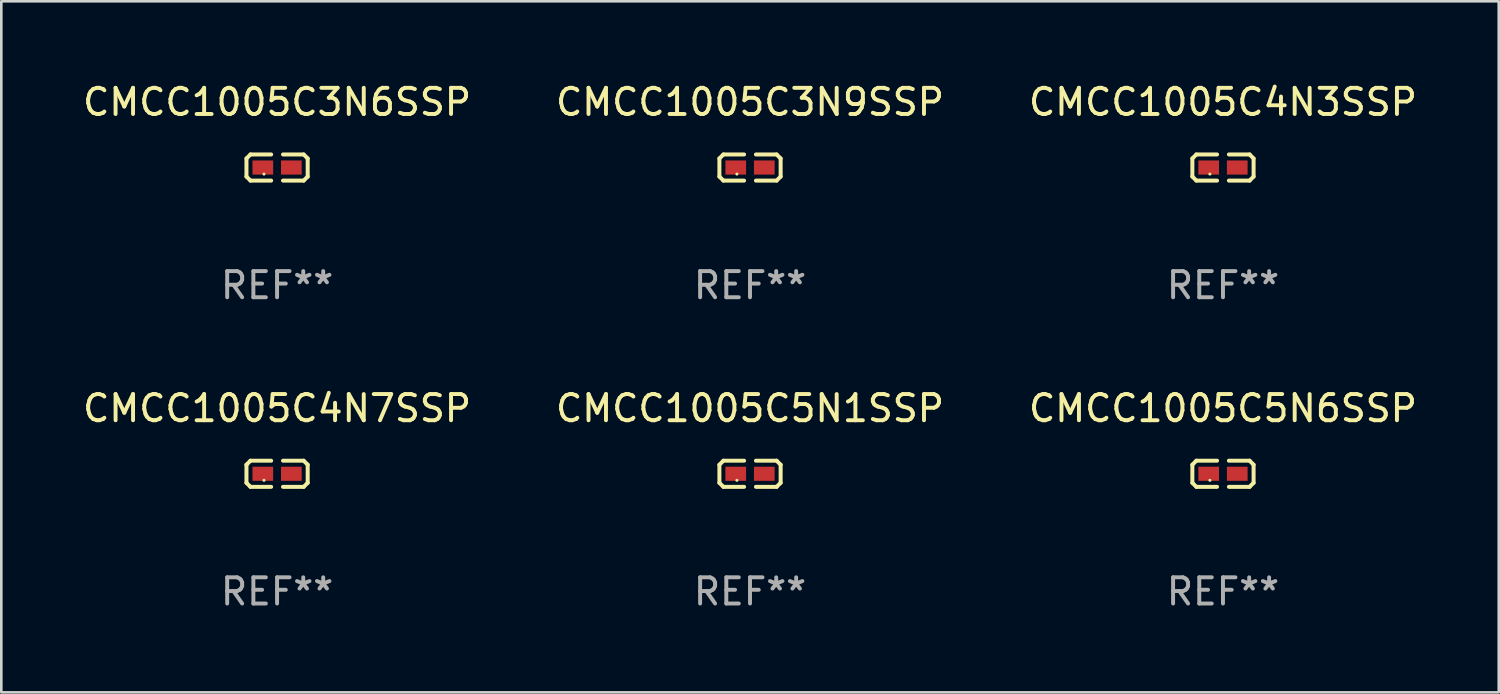
<source format=kicad_pcb>
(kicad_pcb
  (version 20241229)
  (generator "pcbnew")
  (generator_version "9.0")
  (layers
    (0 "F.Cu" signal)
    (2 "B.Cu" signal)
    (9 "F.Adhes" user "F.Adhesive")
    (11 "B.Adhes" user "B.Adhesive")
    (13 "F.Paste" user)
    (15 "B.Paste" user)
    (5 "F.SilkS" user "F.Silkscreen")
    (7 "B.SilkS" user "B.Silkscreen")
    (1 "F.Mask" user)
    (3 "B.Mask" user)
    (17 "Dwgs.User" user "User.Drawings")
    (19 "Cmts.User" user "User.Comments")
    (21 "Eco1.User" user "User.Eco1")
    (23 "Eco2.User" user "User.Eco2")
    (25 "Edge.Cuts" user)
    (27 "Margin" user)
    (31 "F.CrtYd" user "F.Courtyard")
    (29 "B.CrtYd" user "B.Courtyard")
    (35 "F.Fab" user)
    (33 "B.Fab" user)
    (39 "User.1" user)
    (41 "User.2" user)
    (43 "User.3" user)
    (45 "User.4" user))
  (footprint "CMCC1005C4N3SSP"
    (layer "F.Cu")
    (at 43.649 3.347)
    (property "Reference" "CMCC1005C4N3SSP" (at 0 -2.499 0) (layer "F.SilkS") (effects (font (size 1 1) (thickness 0.15))))
    (attr through_hole)
    (fp_line (start -1.169 -0.346) (end -1.016 -0.499) (stroke (width 0.152) (type solid)) (layer "F.SilkS"))
    (fp_line (start -1.169 0.346) (end -1.169 -0.346) (stroke (width 0.152) (type solid)) (layer "F.SilkS"))
    (fp_line (start -1.016 -0.499) (end -0.226 -0.499) (stroke (width 0.152) (type solid)) (layer "F.SilkS"))
    (fp_line (start -1.016 0.499) (end -1.169 0.346) (stroke (width 0.152) (type solid)) (layer "F.SilkS"))
    (fp_line (start -0.226 0.499) (end -1.016 0.499) (stroke (width 0.152) (type solid)) (layer "F.SilkS"))
    (fp_line (start 0.226 0.499) (end 1.016 0.499) (stroke (width 0.152) (type solid)) (layer "F.SilkS"))
    (fp_line (start 1.016 -0.499) (end 0.226 -0.499) (stroke (width 0.152) (type solid)) (layer "F.SilkS"))
    (fp_line (start 1.016 0.499) (end 1.169 0.346) (stroke (width 0.152) (type solid)) (layer "F.SilkS"))
    (fp_line (start 1.169 -0.346) (end 1.016 -0.499) (stroke (width 0.152) (type solid)) (layer "F.SilkS"))
    (fp_line (start 1.169 0.346) (end 1.169 -0.346) (stroke (width 0.152) (type solid)) (layer "F.SilkS"))
    (fp_circle (center -0.5 0.25) (end -0.47 0.25) (stroke (width 0.06) (type solid)) (fill no) (layer "F.SilkS"))
    (fp_text user "REF**" (at 0 4.499 0) (layer "F.Fab") (effects (font (size 1 1) (thickness 0.15))))
    (pad "1" smd rect (at -0.545 0) (size 0.79 0.54) (layers "F.Cu" "F.Mask" "F.Paste"))
    (pad "2" smd rect (at 0.545 0) (size 0.79 0.54) (layers "F.Cu" "F.Mask" "F.Paste")))
  (footprint "CMCC1005C3N9SSP"
    (layer "F.Cu")
    (at 25.589 3.347)
    (property "Reference" "CMCC1005C3N9SSP" (at 0 -2.499 0) (layer "F.SilkS") (effects (font (size 1 1) (thickness 0.15))))
    (attr through_hole)
    (fp_line (start -1.169 -0.346) (end -1.016 -0.499) (stroke (width 0.152) (type solid)) (layer "F.SilkS"))
    (fp_line (start -1.169 0.346) (end -1.169 -0.346) (stroke (width 0.152) (type solid)) (layer "F.SilkS"))
    (fp_line (start -1.016 -0.499) (end -0.226 -0.499) (stroke (width 0.152) (type solid)) (layer "F.SilkS"))
    (fp_line (start -1.016 0.499) (end -1.169 0.346) (stroke (width 0.152) (type solid)) (layer "F.SilkS"))
    (fp_line (start -0.226 0.499) (end -1.016 0.499) (stroke (width 0.152) (type solid)) (layer "F.SilkS"))
    (fp_line (start 0.226 0.499) (end 1.016 0.499) (stroke (width 0.152) (type solid)) (layer "F.SilkS"))
    (fp_line (start 1.016 -0.499) (end 0.226 -0.499) (stroke (width 0.152) (type solid)) (layer "F.SilkS"))
    (fp_line (start 1.016 0.499) (end 1.169 0.346) (stroke (width 0.152) (type solid)) (layer "F.SilkS"))
    (fp_line (start 1.169 -0.346) (end 1.016 -0.499) (stroke (width 0.152) (type solid)) (layer "F.SilkS"))
    (fp_line (start 1.169 0.346) (end 1.169 -0.346) (stroke (width 0.152) (type solid)) (layer "F.SilkS"))
    (fp_circle (center -0.5 0.25) (end -0.47 0.25) (stroke (width 0.06) (type solid)) (fill no) (layer "F.SilkS"))
    (fp_text user "REF**" (at 0 4.499 0) (layer "F.Fab") (effects (font (size 1 1) (thickness 0.15))))
    (pad "1" smd rect (at -0.545 0) (size 0.79 0.54) (layers "F.Cu" "F.Mask" "F.Paste"))
    (pad "2" smd rect (at 0.545 0) (size 0.79 0.54) (layers "F.Cu" "F.Mask" "F.Paste")))
  (footprint "CMCC1005C3N6SSP"
    (layer "F.Cu")
    (at 7.53 3.347)
    (property "Reference" "CMCC1005C3N6SSP" (at 0 -2.499 0) (layer "F.SilkS") (effects (font (size 1 1) (thickness 0.15))))
    (attr through_hole)
    (fp_line (start -1.169 -0.346) (end -1.016 -0.499) (stroke (width 0.152) (type solid)) (layer "F.SilkS"))
    (fp_line (start -1.169 0.346) (end -1.169 -0.346) (stroke (width 0.152) (type solid)) (layer "F.SilkS"))
    (fp_line (start -1.016 -0.499) (end -0.226 -0.499) (stroke (width 0.152) (type solid)) (layer "F.SilkS"))
    (fp_line (start -1.016 0.499) (end -1.169 0.346) (stroke (width 0.152) (type solid)) (layer "F.SilkS"))
    (fp_line (start -0.226 0.499) (end -1.016 0.499) (stroke (width 0.152) (type solid)) (layer "F.SilkS"))
    (fp_line (start 0.226 0.499) (end 1.016 0.499) (stroke (width 0.152) (type solid)) (layer "F.SilkS"))
    (fp_line (start 1.016 -0.499) (end 0.226 -0.499) (stroke (width 0.152) (type solid)) (layer "F.SilkS"))
    (fp_line (start 1.016 0.499) (end 1.169 0.346) (stroke (width 0.152) (type solid)) (layer "F.SilkS"))
    (fp_line (start 1.169 -0.346) (end 1.016 -0.499) (stroke (width 0.152) (type solid)) (layer "F.SilkS"))
    (fp_line (start 1.169 0.346) (end 1.169 -0.346) (stroke (width 0.152) (type solid)) (layer "F.SilkS"))
    (fp_circle (center -0.5 0.25) (end -0.47 0.25) (stroke (width 0.06) (type solid)) (fill no) (layer "F.SilkS"))
    (fp_text user "REF**" (at 0 4.499 0) (layer "F.Fab") (effects (font (size 1 1) (thickness 0.15))))
    (pad "1" smd rect (at -0.545 0) (size 0.79 0.54) (layers "F.Cu" "F.Mask" "F.Paste"))
    (pad "2" smd rect (at 0.545 0) (size 0.79 0.54) (layers "F.Cu" "F.Mask" "F.Paste")))
  (footprint "CMCC1005C4N7SSP"
    (layer "F.Cu")
    (at 7.53 15.041)
    (property "Reference" "CMCC1005C4N7SSP" (at 0 -2.499 0) (layer "F.SilkS") (effects (font (size 1 1) (thickness 0.15))))
    (attr through_hole)
    (fp_line (start -1.169 -0.346) (end -1.016 -0.499) (stroke (width 0.152) (type solid)) (layer "F.SilkS"))
    (fp_line (start -1.169 0.346) (end -1.169 -0.346) (stroke (width 0.152) (type solid)) (layer "F.SilkS"))
    (fp_line (start -1.016 -0.499) (end -0.226 -0.499) (stroke (width 0.152) (type solid)) (layer "F.SilkS"))
    (fp_line (start -1.016 0.499) (end -1.169 0.346) (stroke (width 0.152) (type solid)) (layer "F.SilkS"))
    (fp_line (start -0.226 0.499) (end -1.016 0.499) (stroke (width 0.152) (type solid)) (layer "F.SilkS"))
    (fp_line (start 0.226 0.499) (end 1.016 0.499) (stroke (width 0.152) (type solid)) (layer "F.SilkS"))
    (fp_line (start 1.016 -0.499) (end 0.226 -0.499) (stroke (width 0.152) (type solid)) (layer "F.SilkS"))
    (fp_line (start 1.016 0.499) (end 1.169 0.346) (stroke (width 0.152) (type solid)) (layer "F.SilkS"))
    (fp_line (start 1.169 -0.346) (end 1.016 -0.499) (stroke (width 0.152) (type solid)) (layer "F.SilkS"))
    (fp_line (start 1.169 0.346) (end 1.169 -0.346) (stroke (width 0.152) (type solid)) (layer "F.SilkS"))
    (fp_circle (center -0.5 0.25) (end -0.47 0.25) (stroke (width 0.06) (type solid)) (fill no) (layer "F.SilkS"))
    (fp_text user "REF**" (at 0 4.499 0) (layer "F.Fab") (effects (font (size 1 1) (thickness 0.15))))
    (pad "1" smd rect (at -0.545 0) (size 0.79 0.54) (layers "F.Cu" "F.Mask" "F.Paste"))
    (pad "2" smd rect (at 0.545 0) (size 0.79 0.54) (layers "F.Cu" "F.Mask" "F.Paste")))
  (footprint "CMCC1005C5N6SSP"
    (layer "F.Cu")
    (at 43.649 15.041)
    (property "Reference" "CMCC1005C5N6SSP" (at 0 -2.499 0) (layer "F.SilkS") (effects (font (size 1 1) (thickness 0.15))))
    (attr through_hole)
    (fp_line (start -1.169 -0.346) (end -1.016 -0.499) (stroke (width 0.152) (type solid)) (layer "F.SilkS"))
    (fp_line (start -1.169 0.346) (end -1.169 -0.346) (stroke (width 0.152) (type solid)) (layer "F.SilkS"))
    (fp_line (start -1.016 -0.499) (end -0.226 -0.499) (stroke (width 0.152) (type solid)) (layer "F.SilkS"))
    (fp_line (start -1.016 0.499) (end -1.169 0.346) (stroke (width 0.152) (type solid)) (layer "F.SilkS"))
    (fp_line (start -0.226 0.499) (end -1.016 0.499) (stroke (width 0.152) (type solid)) (layer "F.SilkS"))
    (fp_line (start 0.226 0.499) (end 1.016 0.499) (stroke (width 0.152) (type solid)) (layer "F.SilkS"))
    (fp_line (start 1.016 -0.499) (end 0.226 -0.499) (stroke (width 0.152) (type solid)) (layer "F.SilkS"))
    (fp_line (start 1.016 0.499) (end 1.169 0.346) (stroke (width 0.152) (type solid)) (layer "F.SilkS"))
    (fp_line (start 1.169 -0.346) (end 1.016 -0.499) (stroke (width 0.152) (type solid)) (layer "F.SilkS"))
    (fp_line (start 1.169 0.346) (end 1.169 -0.346) (stroke (width 0.152) (type solid)) (layer "F.SilkS"))
    (fp_circle (center -0.5 0.25) (end -0.47 0.25) (stroke (width 0.06) (type solid)) (fill no) (layer "F.SilkS"))
    (fp_text user "REF**" (at 0 4.499 0) (layer "F.Fab") (effects (font (size 1 1) (thickness 0.15))))
    (pad "1" smd rect (at -0.545 0) (size 0.79 0.54) (layers "F.Cu" "F.Mask" "F.Paste"))
    (pad "2" smd rect (at 0.545 0) (size 0.79 0.54) (layers "F.Cu" "F.Mask" "F.Paste")))
  (footprint "CMCC1005C5N1SSP"
    (layer "F.Cu")
    (at 25.589 15.041)
    (property "Reference" "CMCC1005C5N1SSP" (at 0 -2.499 0) (layer "F.SilkS") (effects (font (size 1 1) (thickness 0.15))))
    (attr through_hole)
    (fp_line (start -1.169 -0.346) (end -1.016 -0.499) (stroke (width 0.152) (type solid)) (layer "F.SilkS"))
    (fp_line (start -1.169 0.346) (end -1.169 -0.346) (stroke (width 0.152) (type solid)) (layer "F.SilkS"))
    (fp_line (start -1.016 -0.499) (end -0.226 -0.499) (stroke (width 0.152) (type solid)) (layer "F.SilkS"))
    (fp_line (start -1.016 0.499) (end -1.169 0.346) (stroke (width 0.152) (type solid)) (layer "F.SilkS"))
    (fp_line (start -0.226 0.499) (end -1.016 0.499) (stroke (width 0.152) (type solid)) (layer "F.SilkS"))
    (fp_line (start 0.226 0.499) (end 1.016 0.499) (stroke (width 0.152) (type solid)) (layer "F.SilkS"))
    (fp_line (start 1.016 -0.499) (end 0.226 -0.499) (stroke (width 0.152) (type solid)) (layer "F.SilkS"))
    (fp_line (start 1.016 0.499) (end 1.169 0.346) (stroke (width 0.152) (type solid)) (layer "F.SilkS"))
    (fp_line (start 1.169 -0.346) (end 1.016 -0.499) (stroke (width 0.152) (type solid)) (layer "F.SilkS"))
    (fp_line (start 1.169 0.346) (end 1.169 -0.346) (stroke (width 0.152) (type solid)) (layer "F.SilkS"))
    (fp_circle (center -0.5 0.25) (end -0.47 0.25) (stroke (width 0.06) (type solid)) (fill no) (layer "F.SilkS"))
    (fp_text user "REF**" (at 0 4.499 0) (layer "F.Fab") (effects (font (size 1 1) (thickness 0.15))))
    (pad "1" smd rect (at -0.545 0) (size 0.79 0.54) (layers "F.Cu" "F.Mask" "F.Paste"))
    (pad "2" smd rect (at 0.545 0) (size 0.79 0.54) (layers "F.Cu" "F.Mask" "F.Paste")))
  (gr_rect
    (start -3 -3)
    (end 54.179 23.387)
    (stroke (width 0.1) (type default))
    (fill no)
    (layer "Edge.Cuts")))
</source>
